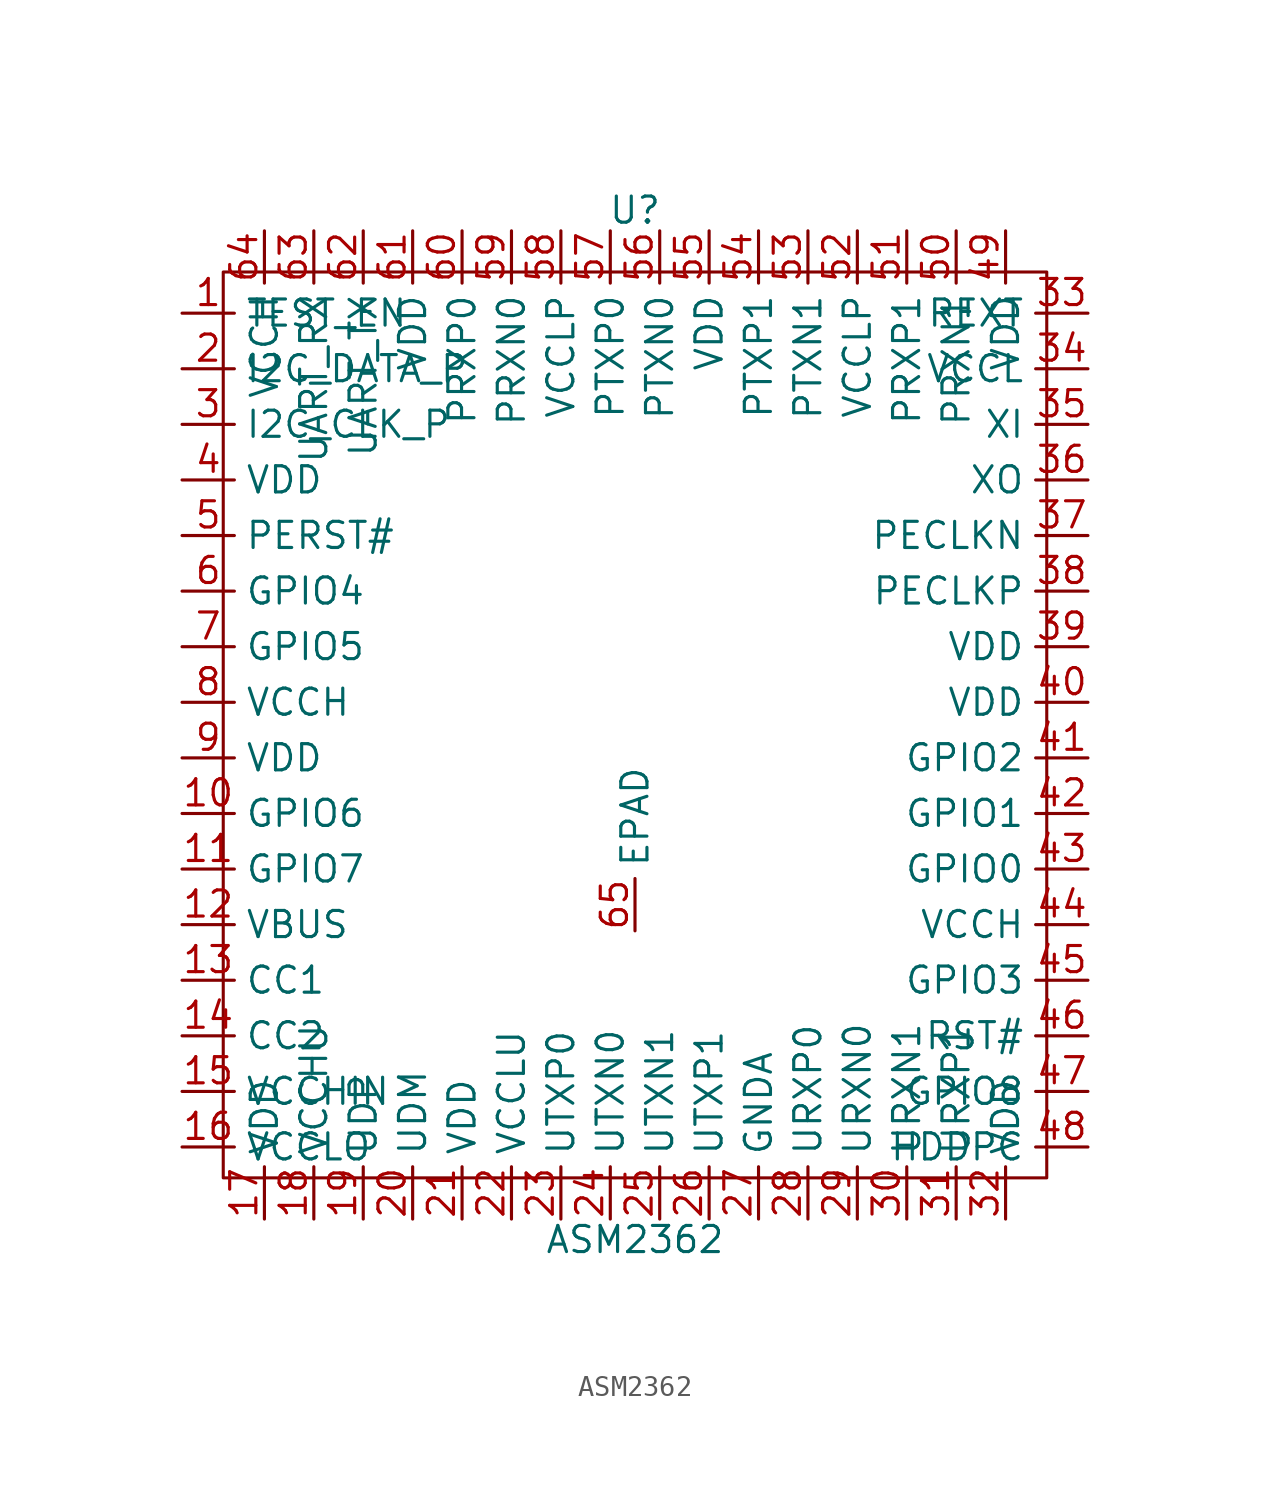
<source format=kicad_sym>
(kicad_symbol_lib
  (version 20211014)
  (generator ChatGPT)
  (symbol "ASM2362"
    (property "Reference" "U"
      (at 0 25 0)
      (effects (font (size 1.27 1.27))))
    (property "Value" "ASM2362"
      (at 0 -25 0)
      (effects (font (size 1.27 1.27))))
    (symbol "ASM2362_0_1"
      (rectangle (start -20 22) (end 20 -22) (stroke (width 0.15) (type default)) (fill (type none)))
      (pin input line (at -22 20 0) (length 2.54) (name "TEST_EN" (effects (font (size 1.27 1.27)))) (number "1" (effects (font (size 1.27 1.27)))))
      (pin bidirectional line (at -22 17.3 0) (length 2.54) (name "I2C_DATA_P" (effects (font (size 1.27 1.27)))) (number "2" (effects (font (size 1.27 1.27)))))
      (pin bidirectional line (at -22 14.6 0) (length 2.54) (name "I2C_CLK_P" (effects (font (size 1.27 1.27)))) (number "3" (effects (font (size 1.27 1.27)))))
      (pin power_in line (at -22 11.9 0) (length 2.54) (name "VDD" (effects (font (size 1.27 1.27)))) (number "4" (effects (font (size 1.27 1.27)))))
      (pin input line (at -22 9.2 0) (length 2.54) (name "PERST#" (effects (font (size 1.27 1.27)))) (number "5" (effects (font (size 1.27 1.27)))))
      (pin bidirectional line (at -22 6.5 0) (length 2.54) (name "GPIO4" (effects (font (size 1.27 1.27)))) (number "6" (effects (font (size 1.27 1.27)))))
      (pin bidirectional line (at -22 3.8 0) (length 2.54) (name "GPIO5" (effects (font (size 1.27 1.27)))) (number "7" (effects (font (size 1.27 1.27)))))
      (pin power_in line (at -22 1.1 0) (length 2.54) (name "VCCH" (effects (font (size 1.27 1.27)))) (number "8" (effects (font (size 1.27 1.27)))))
      (pin power_in line (at -22 -1.6 0) (length 2.54) (name "VDD" (effects (font (size 1.27 1.27)))) (number "9" (effects (font (size 1.27 1.27)))))
      (pin bidirectional line (at -22 -4.3 0) (length 2.54) (name "GPIO6" (effects (font (size 1.27 1.27)))) (number "10" (effects (font (size 1.27 1.27)))))
      (pin bidirectional line (at -22 -7 0) (length 2.54) (name "GPIO7" (effects (font (size 1.27 1.27)))) (number "11" (effects (font (size 1.27 1.27)))))
      (pin input line (at -22 -9.7 0) (length 2.54) (name "VBUS" (effects (font (size 1.27 1.27)))) (number "12" (effects (font (size 1.27 1.27)))))
      (pin input line (at -22 -12.4 0) (length 2.54) (name "CC1" (effects (font (size 1.27 1.27)))) (number "13" (effects (font (size 1.27 1.27)))))
      (pin input line (at -22 -15.1 0) (length 2.54) (name "CC2" (effects (font (size 1.27 1.27)))) (number "14" (effects (font (size 1.27 1.27)))))
      (pin power_in line (at -22 -17.8 0) (length 2.54) (name "VCCHIN" (effects (font (size 1.27 1.27)))) (number "15" (effects (font (size 1.27 1.27)))))
      (pin power_in line (at -22 -20.5 0) (length 2.54) (name "VCCLO" (effects (font (size 1.27 1.27)))) (number "16" (effects (font (size 1.27 1.27)))))
      (pin power_in line (at -18 -24 90) (length 2.54) (name "VDD" (effects (font (size 1.27 1.27)))) (number "17" (effects (font (size 1.27 1.27)))))
      (pin power_in line (at -15.6 -24 90) (length 2.54) (name "VCCHU" (effects (font (size 1.27 1.27)))) (number "18" (effects (font (size 1.27 1.27)))))
      (pin bidirectional line (at -13.2 -24 90) (length 2.54) (name "UDP" (effects (font (size 1.27 1.27)))) (number "19" (effects (font (size 1.27 1.27)))))
      (pin bidirectional line (at -10.8 -24 90) (length 2.54) (name "UDM" (effects (font (size 1.27 1.27)))) (number "20" (effects (font (size 1.27 1.27)))))
      (pin power_in line (at -8.4 -24 90) (length 2.54) (name "VDD" (effects (font (size 1.27 1.27)))) (number "21" (effects (font (size 1.27 1.27)))))
      (pin power_in line (at -6 -24 90) (length 2.54) (name "VCCLU" (effects (font (size 1.27 1.27)))) (number "22" (effects (font (size 1.27 1.27)))))
      (pin output line (at -3.6 -24 90) (length 2.54) (name "UTXP0" (effects (font (size 1.27 1.27)))) (number "23" (effects (font (size 1.27 1.27)))))
      (pin output line (at -1.2 -24 90) (length 2.54) (name "UTXN0" (effects (font (size 1.27 1.27)))) (number "24" (effects (font (size 1.27 1.27)))))
      (pin output line (at 1.2 -24 90) (length 2.54) (name "UTXN1" (effects (font (size 1.27 1.27)))) (number "25" (effects (font (size 1.27 1.27)))))
      (pin output line (at 3.6 -24 90) (length 2.54) (name "UTXP1" (effects (font (size 1.27 1.27)))) (number "26" (effects (font (size 1.27 1.27)))))
      (pin power_in line (at 6 -24 90) (length 2.54) (name "GNDA" (effects (font (size 1.27 1.27)))) (number "27" (effects (font (size 1.27 1.27)))))
      (pin input line (at 8.4 -24 90) (length 2.54) (name "URXP0" (effects (font (size 1.27 1.27)))) (number "28" (effects (font (size 1.27 1.27)))))
      (pin input line (at 10.8 -24 90) (length 2.54) (name "URXN0" (effects (font (size 1.27 1.27)))) (number "29" (effects (font (size 1.27 1.27)))))
      (pin input line (at 13.2 -24 90) (length 2.54) (name "URXN1" (effects (font (size 1.27 1.27)))) (number "30" (effects (font (size 1.27 1.27)))))
      (pin input line (at 15.6 -24 90) (length 2.54) (name "URXP1" (effects (font (size 1.27 1.27)))) (number "31" (effects (font (size 1.27 1.27)))))
      (pin power_in line (at 18 -24 90) (length 2.54) (name "VDD" (effects (font (size 1.27 1.27)))) (number "32" (effects (font (size 1.27 1.27)))))
      (pin input line (at 22 20 180) (length 2.54) (name "REXT" (effects (font (size 1.27 1.27)))) (number "33" (effects (font (size 1.27 1.27)))))
      (pin power_in line (at 22 17.3 180) (length 2.54) (name "VCCL" (effects (font (size 1.27 1.27)))) (number "34" (effects (font (size 1.27 1.27)))))
      (pin input line (at 22 14.6 180) (length 2.54) (name "XI" (effects (font (size 1.27 1.27)))) (number "35" (effects (font (size 1.27 1.27)))))
      (pin output line (at 22 11.9 180) (length 2.54) (name "XO" (effects (font (size 1.27 1.27)))) (number "36" (effects (font (size 1.27 1.27)))))
      (pin output line (at 22 9.2 180) (length 2.54) (name "PECLKN" (effects (font (size 1.27 1.27)))) (number "37" (effects (font (size 1.27 1.27)))))
      (pin output line (at 22 6.5 180) (length 2.54) (name "PECLKP" (effects (font (size 1.27 1.27)))) (number "38" (effects (font (size 1.27 1.27)))))
      (pin power_in line (at 22 3.8 180) (length 2.54) (name "VDD" (effects (font (size 1.27 1.27)))) (number "39" (effects (font (size 1.27 1.27)))))
      (pin power_in line (at 22 1.1 180) (length 2.54) (name "VDD" (effects (font (size 1.27 1.27)))) (number "40" (effects (font (size 1.27 1.27)))))
      (pin bidirectional line (at 22 -1.6 180) (length 2.54) (name "GPIO2" (effects (font (size 1.27 1.27)))) (number "41" (effects (font (size 1.27 1.27)))))
      (pin bidirectional line (at 22 -4.3 180) (length 2.54) (name "GPIO1" (effects (font (size 1.27 1.27)))) (number "42" (effects (font (size 1.27 1.27)))))
      (pin bidirectional line (at 22 -7 180) (length 2.54) (name "GPIO0" (effects (font (size 1.27 1.27)))) (number "43" (effects (font (size 1.27 1.27)))))
      (pin power_in line (at 22 -9.7 180) (length 2.54) (name "VCCH" (effects (font (size 1.27 1.27)))) (number "44" (effects (font (size 1.27 1.27)))))
      (pin bidirectional line (at 22 -12.4 180) (length 2.54) (name "GPIO3" (effects (font (size 1.27 1.27)))) (number "45" (effects (font (size 1.27 1.27)))))
      (pin input line (at 22 -15.1 180) (length 2.54) (name "RST#" (effects (font (size 1.27 1.27)))) (number "46" (effects (font (size 1.27 1.27)))))
      (pin bidirectional line (at 22 -17.8 180) (length 2.54) (name "GPIO8" (effects (font (size 1.27 1.27)))) (number "47" (effects (font (size 1.27 1.27)))))
      (pin output line (at 22 -20.5 180) (length 2.54) (name "HDDPC" (effects (font (size 1.27 1.27)))) (number "48" (effects (font (size 1.27 1.27)))))
      (pin power_in line (at 18 24 270) (length 2.54) (name "VDD" (effects (font (size 1.27 1.27)))) (number "49" (effects (font (size 1.27 1.27)))))
      (pin input line (at 15.6 24 270) (length 2.54) (name "PRXN1" (effects (font (size 1.27 1.27)))) (number "50" (effects (font (size 1.27 1.27)))))
      (pin input line (at 13.2 24 270) (length 2.54) (name "PRXP1" (effects (font (size 1.27 1.27)))) (number "51" (effects (font (size 1.27 1.27)))))
      (pin power_in line (at 10.8 24 270) (length 2.54) (name "VCCLP" (effects (font (size 1.27 1.27)))) (number "52" (effects (font (size 1.27 1.27)))))
      (pin output line (at 8.4 24 270) (length 2.54) (name "PTXN1" (effects (font (size 1.27 1.27)))) (number "53" (effects (font (size 1.27 1.27)))))
      (pin output line (at 6 24 270) (length 2.54) (name "PTXP1" (effects (font (size 1.27 1.27)))) (number "54" (effects (font (size 1.27 1.27)))))
      (pin power_in line (at 3.6 24 270) (length 2.54) (name "VDD" (effects (font (size 1.27 1.27)))) (number "55" (effects (font (size 1.27 1.27)))))
      (pin output line (at 1.2 24 270) (length 2.54) (name "PTXN0" (effects (font (size 1.27 1.27)))) (number "56" (effects (font (size 1.27 1.27)))))
      (pin output line (at -1.2 24 270) (length 2.54) (name "PTXP0" (effects (font (size 1.27 1.27)))) (number "57" (effects (font (size 1.27 1.27)))))
      (pin power_in line (at -3.6 24 270) (length 2.54) (name "VCCLP" (effects (font (size 1.27 1.27)))) (number "58" (effects (font (size 1.27 1.27)))))
      (pin input line (at -6 24 270) (length 2.54) (name "PRXN0" (effects (font (size 1.27 1.27)))) (number "59" (effects (font (size 1.27 1.27)))))
      (pin input line (at -8.4 24 270) (length 2.54) (name "PRXP0" (effects (font (size 1.27 1.27)))) (number "60" (effects (font (size 1.27 1.27)))))
      (pin power_in line (at -10.8 24 270) (length 2.54) (name "VDD" (effects (font (size 1.27 1.27)))) (number "61" (effects (font (size 1.27 1.27)))))
      (pin input line (at -13.2 24 270) (length 2.54) (name "UART_TX" (effects (font (size 1.27 1.27)))) (number "62" (effects (font (size 1.27 1.27)))))
      (pin output line (at -15.6 24 270) (length 2.54) (name "UART_RX" (effects (font (size 1.27 1.27)))) (number "63" (effects (font (size 1.27 1.27)))))
      (pin power_in line (at -18 24 270) (length 2.54) (name "VCCH" (effects (font (size 1.27 1.27)))) (number "64" (effects (font (size 1.27 1.27)))))
      (pin power_in line (at 0 -10 90) (length 2.54) (name "EPAD" (effects (font (size 1.27 1.27)))) (number "65" (effects (font (size 1.27 1.27))))))))
</source>
